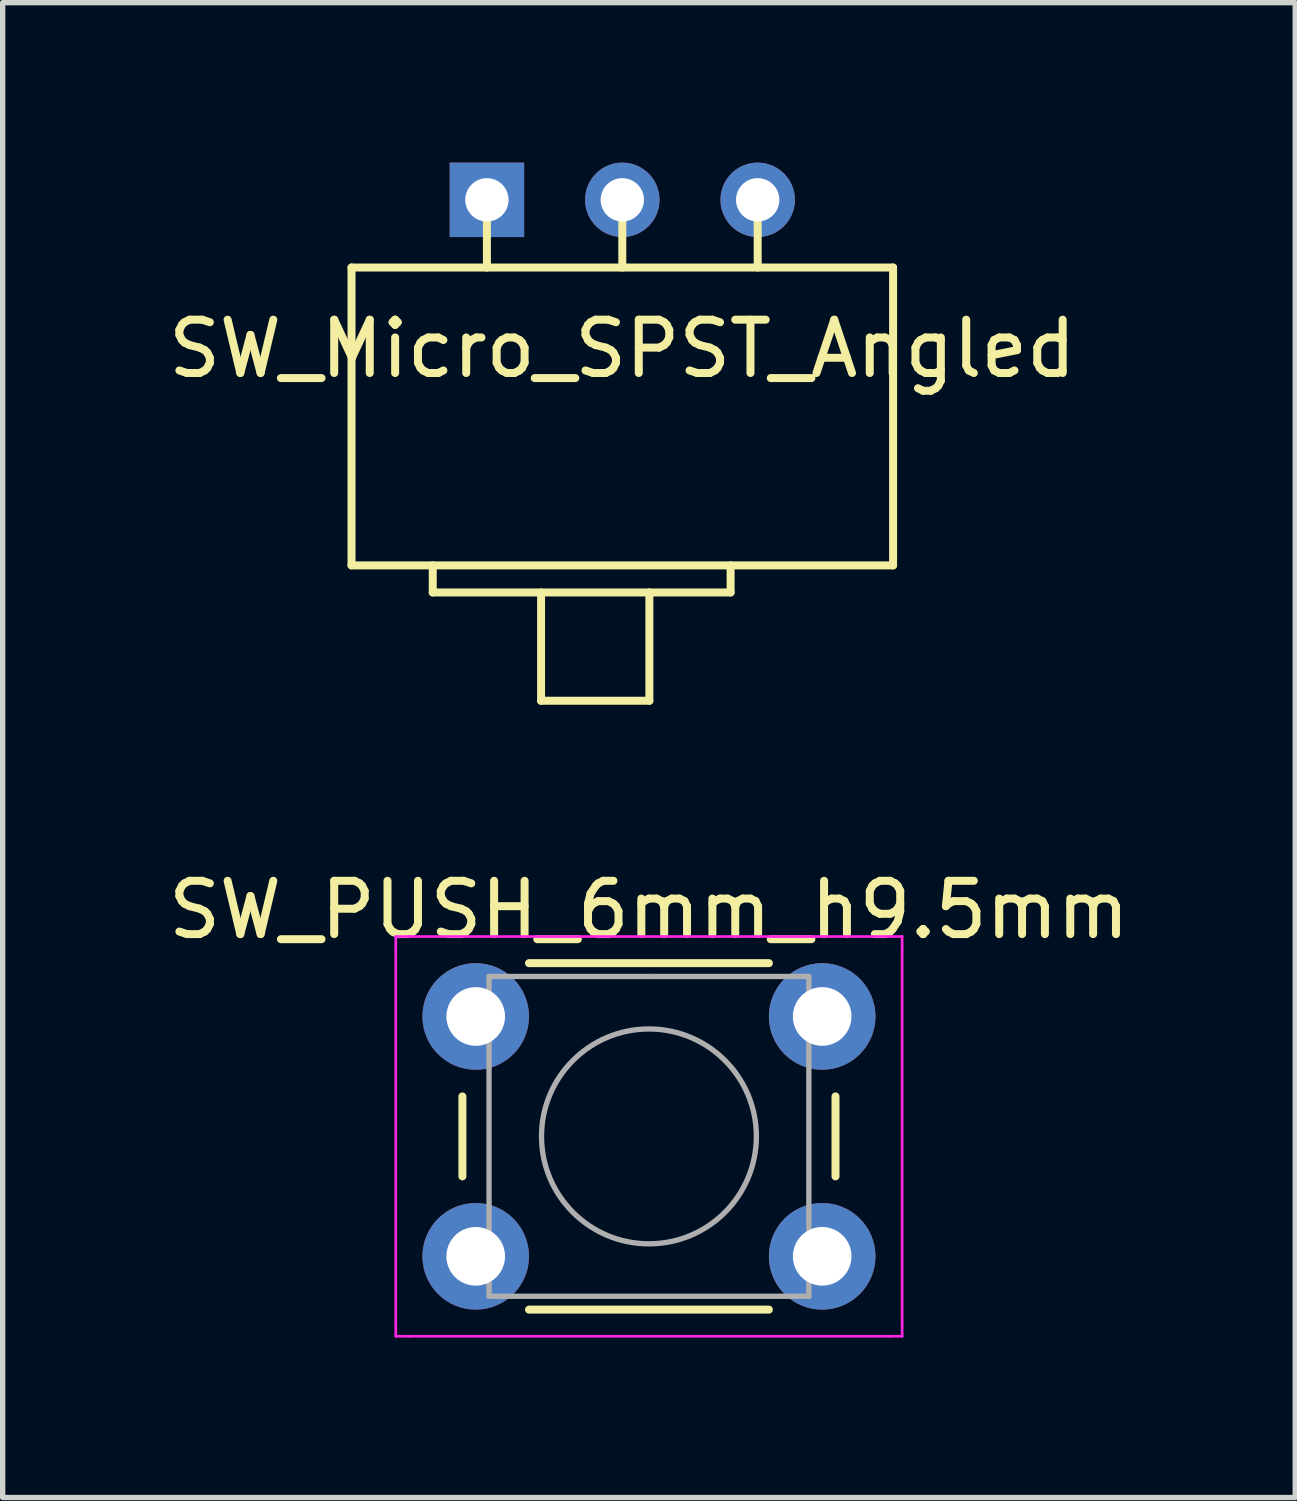
<source format=kicad_pcb>
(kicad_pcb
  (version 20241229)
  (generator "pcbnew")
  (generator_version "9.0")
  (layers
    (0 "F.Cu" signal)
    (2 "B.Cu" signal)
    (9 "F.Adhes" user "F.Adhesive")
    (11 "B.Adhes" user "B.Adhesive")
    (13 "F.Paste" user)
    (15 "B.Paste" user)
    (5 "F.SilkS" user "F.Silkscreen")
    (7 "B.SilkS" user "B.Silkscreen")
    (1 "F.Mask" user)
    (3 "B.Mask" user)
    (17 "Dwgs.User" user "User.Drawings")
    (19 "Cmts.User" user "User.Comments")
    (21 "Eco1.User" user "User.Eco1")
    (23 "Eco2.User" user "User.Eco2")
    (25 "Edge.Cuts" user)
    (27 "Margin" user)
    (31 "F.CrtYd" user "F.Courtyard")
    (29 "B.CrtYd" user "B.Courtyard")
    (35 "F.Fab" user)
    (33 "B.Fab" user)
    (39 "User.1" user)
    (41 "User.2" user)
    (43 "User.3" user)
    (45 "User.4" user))
  (footprint "SW_PUSH_6mm_h9.5mm"
    (layer "F.Cu")
    (at 5.875 16.02)
    (property "Reference" "SW_PUSH_6mm_h9.5mm" (at 3.25 -2 0) (layer "F.SilkS") (effects (font (size 1 1) (thickness 0.15))))
    (attr through_hole)
    (fp_line (start -0.25 1.5) (end -0.25 3) (stroke (width 0.15) (type solid)) (layer "F.SilkS"))
    (fp_line (start 1 5.5) (end 5.5 5.5) (stroke (width 0.15) (type solid)) (layer "F.SilkS"))
    (fp_line (start 5.5 -1) (end 1 -1) (stroke (width 0.15) (type solid)) (layer "F.SilkS"))
    (fp_line (start 6.75 3) (end 6.75 1.5) (stroke (width 0.15) (type solid)) (layer "F.SilkS"))
    (fp_line (start -1.5 -1.5) (end -1.25 -1.5) (stroke (width 0.05) (type solid)) (layer "F.CrtYd"))
    (fp_line (start -1.5 -1.25) (end -1.5 -1.5) (stroke (width 0.05) (type solid)) (layer "F.CrtYd"))
    (fp_line (start -1.5 5.75) (end -1.5 -1.25) (stroke (width 0.05) (type solid)) (layer "F.CrtYd"))
    (fp_line (start -1.5 5.75) (end -1.5 6) (stroke (width 0.05) (type solid)) (layer "F.CrtYd"))
    (fp_line (start -1.5 6) (end -1.25 6) (stroke (width 0.05) (type solid)) (layer "F.CrtYd"))
    (fp_line (start -1.25 -1.5) (end 7.75 -1.5) (stroke (width 0.05) (type solid)) (layer "F.CrtYd"))
    (fp_line (start 7.75 -1.5) (end 8 -1.5) (stroke (width 0.05) (type solid)) (layer "F.CrtYd"))
    (fp_line (start 7.75 6) (end -1.25 6) (stroke (width 0.05) (type solid)) (layer "F.CrtYd"))
    (fp_line (start 7.75 6) (end 8 6) (stroke (width 0.05) (type solid)) (layer "F.CrtYd"))
    (fp_line (start 8 -1.5) (end 8 -1.25) (stroke (width 0.05) (type solid)) (layer "F.CrtYd"))
    (fp_line (start 8 -1.25) (end 8 5.75) (stroke (width 0.05) (type solid)) (layer "F.CrtYd"))
    (fp_line (start 8 6) (end 8 5.75) (stroke (width 0.05) (type solid)) (layer "F.CrtYd"))
    (fp_line (start 0.25 -0.75) (end 3.25 -0.75) (stroke (width 0.1) (type solid)) (layer "F.Fab"))
    (fp_line (start 0.25 5.25) (end 0.25 -0.75) (stroke (width 0.1) (type solid)) (layer "F.Fab"))
    (fp_line (start 3.25 -0.75) (end 6.25 -0.75) (stroke (width 0.1) (type solid)) (layer "F.Fab"))
    (fp_line (start 6.25 -0.75) (end 6.25 5.25) (stroke (width 0.1) (type solid)) (layer "F.Fab"))
    (fp_line (start 6.25 5.25) (end 0.25 5.25) (stroke (width 0.1) (type solid)) (layer "F.Fab"))
    (fp_circle (center 3.25 2.25) (end 1.25 2.5) (stroke (width 0.1) (type solid)) (fill no) (layer "F.Fab"))
    (pad "1" thru_hole circle (at 0 0 90) (size 2 2) (drill 1.1) (layers "*.Cu" "*.Mask"))
    (pad "1" thru_hole circle (at 6.5 0 90) (size 2 2) (drill 1.1) (layers "*.Cu" "*.Mask"))
    (pad "2" thru_hole circle (at 0 4.5 90) (size 2 2) (drill 1.1) (layers "*.Cu" "*.Mask"))
    (pad "2" thru_hole circle (at 6.5 4.5 90) (size 2 2) (drill 1.1) (layers "*.Cu" "*.Mask")))
  (footprint "SW_Micro_SPST_Angled"
    (layer "F.Cu")
    (at 8.625 0.699)
    (property "Reference" "SW_Micro_SPST_Angled" (at 0 2.794 0) (layer "F.SilkS") (effects (font (size 1 1) (thickness 0.15))))
    (attr through_hole)
    (fp_line (start -5.08 1.27) (end -5.08 6.858) (stroke (width 0.15) (type solid)) (layer "F.SilkS"))
    (fp_line (start -5.08 1.27) (end 5.08 1.27) (stroke (width 0.15) (type solid)) (layer "F.SilkS"))
    (fp_line (start -3.556 6.858) (end -3.556 7.366) (stroke (width 0.15) (type solid)) (layer "F.SilkS"))
    (fp_line (start -3.556 7.366) (end 2.032 7.366) (stroke (width 0.15) (type solid)) (layer "F.SilkS"))
    (fp_line (start -2.54 0) (end -2.54 1.27) (stroke (width 0.15) (type solid)) (layer "F.SilkS"))
    (fp_line (start -1.524 7.366) (end -1.524 9.398) (stroke (width 0.15) (type solid)) (layer "F.SilkS"))
    (fp_line (start -1.524 9.398) (end 0.508 9.398) (stroke (width 0.15) (type solid)) (layer "F.SilkS"))
    (fp_line (start 0 0) (end 0 1.27) (stroke (width 0.15) (type solid)) (layer "F.SilkS"))
    (fp_line (start 0.508 7.366) (end 0.508 9.398) (stroke (width 0.15) (type solid)) (layer "F.SilkS"))
    (fp_line (start 2.032 7.366) (end 2.032 6.858) (stroke (width 0.15) (type solid)) (layer "F.SilkS"))
    (fp_line (start 2.54 0) (end 2.54 1.27) (stroke (width 0.15) (type solid)) (layer "F.SilkS"))
    (fp_line (start 5.08 1.27) (end 5.08 6.858) (stroke (width 0.15) (type solid)) (layer "F.SilkS"))
    (fp_line (start 5.08 6.858) (end -5.08 6.858) (stroke (width 0.15) (type solid)) (layer "F.SilkS"))
    (pad "1" thru_hole rect (at -2.54 0) (size 1.397 1.397) (drill 0.813) (layers "*.Cu" "*.Mask"))
    (pad "2" thru_hole circle (at 0 0) (size 1.397 1.397) (drill 0.813) (layers "*.Cu" "*.Mask"))
    (pad "3" thru_hole circle (at 2.54 0) (size 1.397 1.397) (drill 0.813) (layers "*.Cu" "*.Mask")))
  (gr_rect
    (start -3 -3)
    (end 21.25 25.045)
    (stroke (width 0.1) (type default))
    (fill no)
    (layer "Edge.Cuts")))
</source>
